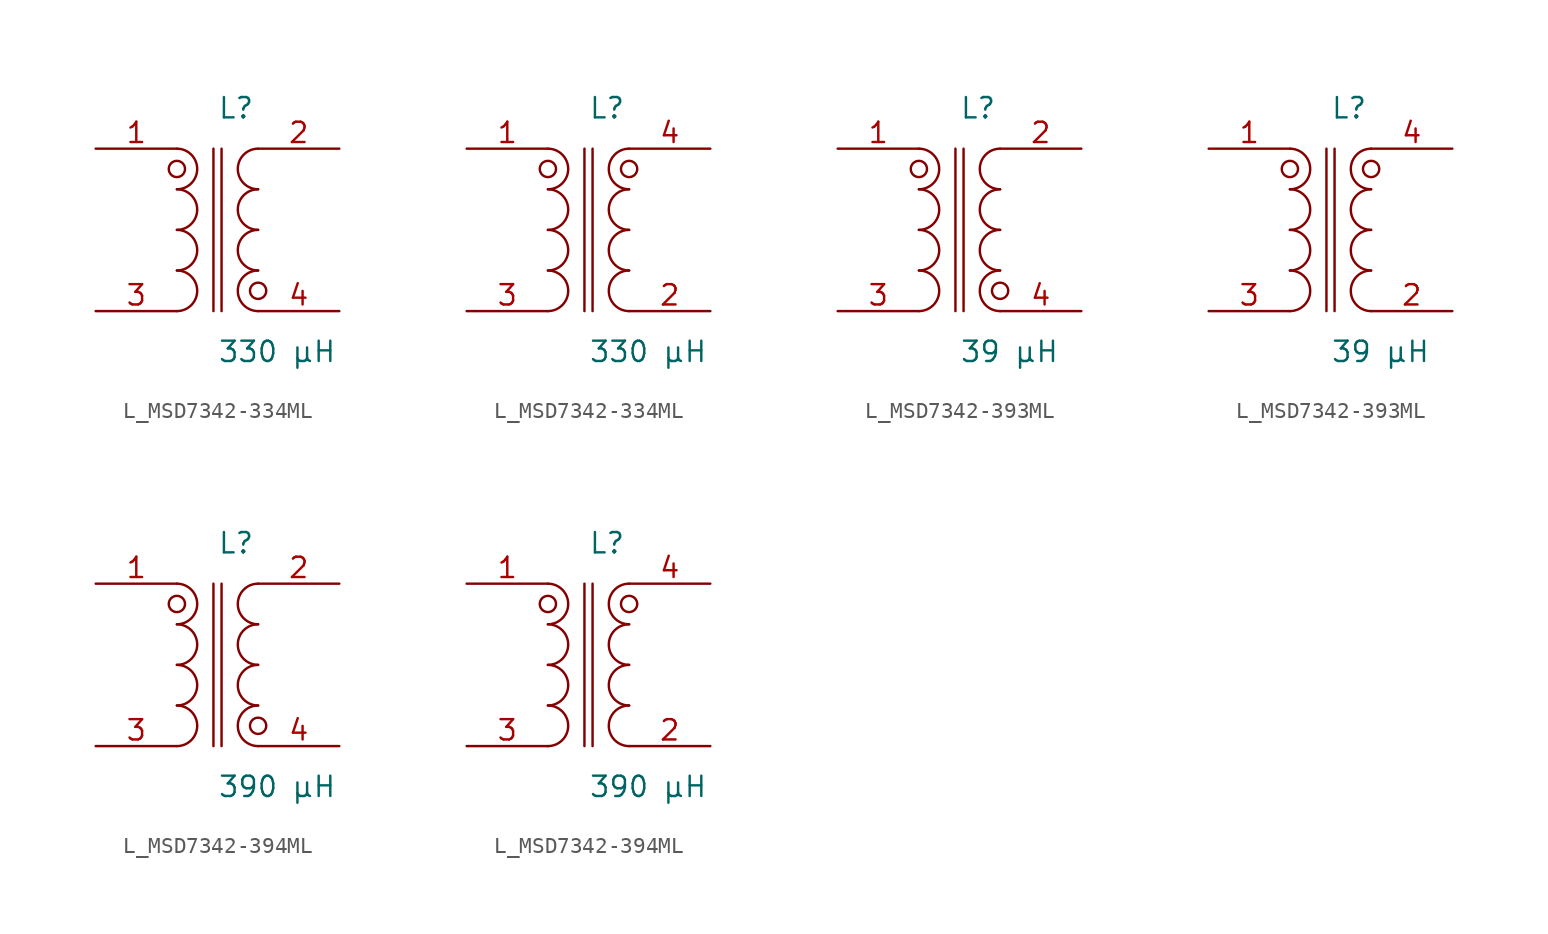
<source format=kicad_sym>
(kicad_symbol_lib
  (version 20231120)
  (generator kicad_symbol_editor)
  (generator_version 8.0)
  (symbol "L_MSD7342-334ML"
    (pin_names
      (offset 0.254))
    (property "Reference" "L"
      (at 0.0 7.62 0)
      (effects (font (size 1.27 1.27)) (justify left)))
    (property "Value" "330 µH"
      (at 0.0 -7.62 0)
      (effects (font (size 1.27 1.27)) (justify left)))
    (symbol "L_MSD7342-334ML_1_1"
      (arc (start -2.54 -5.08) (mid -1.27 -3.81) (end -2.54 -2.54) (stroke (width 0) (type default)) (fill (type none)))
      (arc (start -2.54 -2.54) (mid -1.27 -1.27) (end -2.54 0.0) (stroke (width 0) (type default)) (fill (type none)))
      (arc (start -2.54 0.0) (mid -1.27 1.27) (end -2.54 2.54) (stroke (width 0) (type default)) (fill (type none)))
      (arc (start -2.54 2.54) (mid -1.27 3.81) (end -2.54 5.08) (stroke (width 0) (type default)) (fill (type none)))
      (arc (start 2.54 -5.08) (mid 1.27 -3.81) (end 2.54 -2.54) (stroke (width 0) (type default)) (fill (type none)))
      (arc (start 2.54 -2.54) (mid 1.27 -1.27) (end 2.54 0.0) (stroke (width 0) (type default)) (fill (type none)))
      (arc (start 2.54 0.0) (mid 1.27 1.27) (end 2.54 2.54) (stroke (width 0) (type default)) (fill (type none)))
      (arc (start 2.54 2.54) (mid 1.27 3.81) (end 2.54 5.08) (stroke (width 0) (type default)) (fill (type none)))
      (circle (center -2.54 3.81) (radius 0.508) (stroke (width 0) (type default)) (fill (type none)))
      (circle (center 2.54 -3.81) (radius 0.508) (stroke (width 0) (type default)) (fill (type none)))
      (polyline (pts (xy -0.254 5.08) (xy -0.254 -5.08)) (stroke (width 0) (type default)) (fill (type none)))
      (polyline (pts (xy 0.254 5.08) (xy 0.254 -5.08)) (stroke (width 0) (type default)) (fill (type none)))
      (pin unspecified line (at -7.62 5.08 0) (length 5.08) (name "" (effects (font (size 1.27 1.27)))) (number "1" (effects (font (size 1.27 1.27)))))
      (pin unspecified line (at -7.62 -5.08 0) (length 5.08) (name "" (effects (font (size 1.27 1.27)))) (number "3" (effects (font (size 1.27 1.27)))))
      (pin unspecified line (at 7.62 5.08 180) (length 5.08) (name "" (effects (font (size 1.27 1.27)))) (number "2" (effects (font (size 1.27 1.27)))))
      (pin unspecified line (at 7.62 -5.08 180) (length 5.08) (name "" (effects (font (size 1.27 1.27)))) (number "4" (effects (font (size 1.27 1.27))))))
    (symbol "L_MSD7342-334ML_1_2"
      (arc (start -2.54 -5.08) (mid -1.27 -3.81) (end -2.54 -2.54) (stroke (width 0) (type default)) (fill (type none)))
      (arc (start -2.54 -2.54) (mid -1.27 -1.27) (end -2.54 0.0) (stroke (width 0) (type default)) (fill (type none)))
      (arc (start -2.54 0.0) (mid -1.27 1.27) (end -2.54 2.54) (stroke (width 0) (type default)) (fill (type none)))
      (arc (start -2.54 2.54) (mid -1.27 3.81) (end -2.54 5.08) (stroke (width 0) (type default)) (fill (type none)))
      (arc (start 2.54 -5.08) (mid 1.27 -3.81) (end 2.54 -2.54) (stroke (width 0) (type default)) (fill (type none)))
      (arc (start 2.54 -2.54) (mid 1.27 -1.27) (end 2.54 0.0) (stroke (width 0) (type default)) (fill (type none)))
      (arc (start 2.54 0.0) (mid 1.27 1.27) (end 2.54 2.54) (stroke (width 0) (type default)) (fill (type none)))
      (arc (start 2.54 2.54) (mid 1.27 3.81) (end 2.54 5.08) (stroke (width 0) (type default)) (fill (type none)))
      (circle (center -2.54 3.81) (radius 0.508) (stroke (width 0) (type default)) (fill (type none)))
      (circle (center 2.54 3.81) (radius 0.508) (stroke (width 0) (type default)) (fill (type none)))
      (polyline (pts (xy -0.254 5.08) (xy -0.254 -5.08)) (stroke (width 0) (type default)) (fill (type none)))
      (polyline (pts (xy 0.254 5.08) (xy 0.254 -5.08)) (stroke (width 0) (type default)) (fill (type none)))
      (pin unspecified line (at -7.62 5.08 0) (length 5.08) (name "" (effects (font (size 1.27 1.27)))) (number "1" (effects (font (size 1.27 1.27)))))
      (pin unspecified line (at -7.62 -5.08 0) (length 5.08) (name "" (effects (font (size 1.27 1.27)))) (number "3" (effects (font (size 1.27 1.27)))))
      (pin unspecified line (at 7.62 -5.08 180) (length 5.08) (name "" (effects (font (size 1.27 1.27)))) (number "2" (effects (font (size 1.27 1.27)))))
      (pin unspecified line (at 7.62 5.08 180) (length 5.08) (name "" (effects (font (size 1.27 1.27)))) (number "4" (effects (font (size 1.27 1.27)))))))
  (symbol "L_MSD7342-393ML"
    (pin_names
      (offset 0.254))
    (property "Reference" "L"
      (at 0.0 7.62 0)
      (effects (font (size 1.27 1.27)) (justify left)))
    (property "Value" "39 µH"
      (at 0.0 -7.62 0)
      (effects (font (size 1.27 1.27)) (justify left)))
    (symbol "L_MSD7342-393ML_1_1"
      (arc (start -2.54 -5.08) (mid -1.27 -3.81) (end -2.54 -2.54) (stroke (width 0) (type default)) (fill (type none)))
      (arc (start -2.54 -2.54) (mid -1.27 -1.27) (end -2.54 0.0) (stroke (width 0) (type default)) (fill (type none)))
      (arc (start -2.54 0.0) (mid -1.27 1.27) (end -2.54 2.54) (stroke (width 0) (type default)) (fill (type none)))
      (arc (start -2.54 2.54) (mid -1.27 3.81) (end -2.54 5.08) (stroke (width 0) (type default)) (fill (type none)))
      (arc (start 2.54 -5.08) (mid 1.27 -3.81) (end 2.54 -2.54) (stroke (width 0) (type default)) (fill (type none)))
      (arc (start 2.54 -2.54) (mid 1.27 -1.27) (end 2.54 0.0) (stroke (width 0) (type default)) (fill (type none)))
      (arc (start 2.54 0.0) (mid 1.27 1.27) (end 2.54 2.54) (stroke (width 0) (type default)) (fill (type none)))
      (arc (start 2.54 2.54) (mid 1.27 3.81) (end 2.54 5.08) (stroke (width 0) (type default)) (fill (type none)))
      (circle (center -2.54 3.81) (radius 0.508) (stroke (width 0) (type default)) (fill (type none)))
      (circle (center 2.54 -3.81) (radius 0.508) (stroke (width 0) (type default)) (fill (type none)))
      (polyline (pts (xy -0.254 5.08) (xy -0.254 -5.08)) (stroke (width 0) (type default)) (fill (type none)))
      (polyline (pts (xy 0.254 5.08) (xy 0.254 -5.08)) (stroke (width 0) (type default)) (fill (type none)))
      (pin unspecified line (at -7.62 5.08 0) (length 5.08) (name "" (effects (font (size 1.27 1.27)))) (number "1" (effects (font (size 1.27 1.27)))))
      (pin unspecified line (at -7.62 -5.08 0) (length 5.08) (name "" (effects (font (size 1.27 1.27)))) (number "3" (effects (font (size 1.27 1.27)))))
      (pin unspecified line (at 7.62 5.08 180) (length 5.08) (name "" (effects (font (size 1.27 1.27)))) (number "2" (effects (font (size 1.27 1.27)))))
      (pin unspecified line (at 7.62 -5.08 180) (length 5.08) (name "" (effects (font (size 1.27 1.27)))) (number "4" (effects (font (size 1.27 1.27))))))
    (symbol "L_MSD7342-393ML_1_2"
      (arc (start -2.54 -5.08) (mid -1.27 -3.81) (end -2.54 -2.54) (stroke (width 0) (type default)) (fill (type none)))
      (arc (start -2.54 -2.54) (mid -1.27 -1.27) (end -2.54 0.0) (stroke (width 0) (type default)) (fill (type none)))
      (arc (start -2.54 0.0) (mid -1.27 1.27) (end -2.54 2.54) (stroke (width 0) (type default)) (fill (type none)))
      (arc (start -2.54 2.54) (mid -1.27 3.81) (end -2.54 5.08) (stroke (width 0) (type default)) (fill (type none)))
      (arc (start 2.54 -5.08) (mid 1.27 -3.81) (end 2.54 -2.54) (stroke (width 0) (type default)) (fill (type none)))
      (arc (start 2.54 -2.54) (mid 1.27 -1.27) (end 2.54 0.0) (stroke (width 0) (type default)) (fill (type none)))
      (arc (start 2.54 0.0) (mid 1.27 1.27) (end 2.54 2.54) (stroke (width 0) (type default)) (fill (type none)))
      (arc (start 2.54 2.54) (mid 1.27 3.81) (end 2.54 5.08) (stroke (width 0) (type default)) (fill (type none)))
      (circle (center -2.54 3.81) (radius 0.508) (stroke (width 0) (type default)) (fill (type none)))
      (circle (center 2.54 3.81) (radius 0.508) (stroke (width 0) (type default)) (fill (type none)))
      (polyline (pts (xy -0.254 5.08) (xy -0.254 -5.08)) (stroke (width 0) (type default)) (fill (type none)))
      (polyline (pts (xy 0.254 5.08) (xy 0.254 -5.08)) (stroke (width 0) (type default)) (fill (type none)))
      (pin unspecified line (at -7.62 5.08 0) (length 5.08) (name "" (effects (font (size 1.27 1.27)))) (number "1" (effects (font (size 1.27 1.27)))))
      (pin unspecified line (at -7.62 -5.08 0) (length 5.08) (name "" (effects (font (size 1.27 1.27)))) (number "3" (effects (font (size 1.27 1.27)))))
      (pin unspecified line (at 7.62 -5.08 180) (length 5.08) (name "" (effects (font (size 1.27 1.27)))) (number "2" (effects (font (size 1.27 1.27)))))
      (pin unspecified line (at 7.62 5.08 180) (length 5.08) (name "" (effects (font (size 1.27 1.27)))) (number "4" (effects (font (size 1.27 1.27)))))))
  (symbol "L_MSD7342-394ML"
    (pin_names
      (offset 0.254))
    (property "Reference" "L"
      (at 0.0 7.62 0)
      (effects (font (size 1.27 1.27)) (justify left)))
    (property "Value" "390 µH"
      (at 0.0 -7.62 0)
      (effects (font (size 1.27 1.27)) (justify left)))
    (symbol "L_MSD7342-394ML_1_1"
      (arc (start -2.54 -5.08) (mid -1.27 -3.81) (end -2.54 -2.54) (stroke (width 0) (type default)) (fill (type none)))
      (arc (start -2.54 -2.54) (mid -1.27 -1.27) (end -2.54 0.0) (stroke (width 0) (type default)) (fill (type none)))
      (arc (start -2.54 0.0) (mid -1.27 1.27) (end -2.54 2.54) (stroke (width 0) (type default)) (fill (type none)))
      (arc (start -2.54 2.54) (mid -1.27 3.81) (end -2.54 5.08) (stroke (width 0) (type default)) (fill (type none)))
      (arc (start 2.54 -5.08) (mid 1.27 -3.81) (end 2.54 -2.54) (stroke (width 0) (type default)) (fill (type none)))
      (arc (start 2.54 -2.54) (mid 1.27 -1.27) (end 2.54 0.0) (stroke (width 0) (type default)) (fill (type none)))
      (arc (start 2.54 0.0) (mid 1.27 1.27) (end 2.54 2.54) (stroke (width 0) (type default)) (fill (type none)))
      (arc (start 2.54 2.54) (mid 1.27 3.81) (end 2.54 5.08) (stroke (width 0) (type default)) (fill (type none)))
      (circle (center -2.54 3.81) (radius 0.508) (stroke (width 0) (type default)) (fill (type none)))
      (circle (center 2.54 -3.81) (radius 0.508) (stroke (width 0) (type default)) (fill (type none)))
      (polyline (pts (xy -0.254 5.08) (xy -0.254 -5.08)) (stroke (width 0) (type default)) (fill (type none)))
      (polyline (pts (xy 0.254 5.08) (xy 0.254 -5.08)) (stroke (width 0) (type default)) (fill (type none)))
      (pin unspecified line (at -7.62 5.08 0) (length 5.08) (name "" (effects (font (size 1.27 1.27)))) (number "1" (effects (font (size 1.27 1.27)))))
      (pin unspecified line (at -7.62 -5.08 0) (length 5.08) (name "" (effects (font (size 1.27 1.27)))) (number "3" (effects (font (size 1.27 1.27)))))
      (pin unspecified line (at 7.62 5.08 180) (length 5.08) (name "" (effects (font (size 1.27 1.27)))) (number "2" (effects (font (size 1.27 1.27)))))
      (pin unspecified line (at 7.62 -5.08 180) (length 5.08) (name "" (effects (font (size 1.27 1.27)))) (number "4" (effects (font (size 1.27 1.27))))))
    (symbol "L_MSD7342-394ML_1_2"
      (arc (start -2.54 -5.08) (mid -1.27 -3.81) (end -2.54 -2.54) (stroke (width 0) (type default)) (fill (type none)))
      (arc (start -2.54 -2.54) (mid -1.27 -1.27) (end -2.54 0.0) (stroke (width 0) (type default)) (fill (type none)))
      (arc (start -2.54 0.0) (mid -1.27 1.27) (end -2.54 2.54) (stroke (width 0) (type default)) (fill (type none)))
      (arc (start -2.54 2.54) (mid -1.27 3.81) (end -2.54 5.08) (stroke (width 0) (type default)) (fill (type none)))
      (arc (start 2.54 -5.08) (mid 1.27 -3.81) (end 2.54 -2.54) (stroke (width 0) (type default)) (fill (type none)))
      (arc (start 2.54 -2.54) (mid 1.27 -1.27) (end 2.54 0.0) (stroke (width 0) (type default)) (fill (type none)))
      (arc (start 2.54 0.0) (mid 1.27 1.27) (end 2.54 2.54) (stroke (width 0) (type default)) (fill (type none)))
      (arc (start 2.54 2.54) (mid 1.27 3.81) (end 2.54 5.08) (stroke (width 0) (type default)) (fill (type none)))
      (circle (center -2.54 3.81) (radius 0.508) (stroke (width 0) (type default)) (fill (type none)))
      (circle (center 2.54 3.81) (radius 0.508) (stroke (width 0) (type default)) (fill (type none)))
      (polyline (pts (xy -0.254 5.08) (xy -0.254 -5.08)) (stroke (width 0) (type default)) (fill (type none)))
      (polyline (pts (xy 0.254 5.08) (xy 0.254 -5.08)) (stroke (width 0) (type default)) (fill (type none)))
      (pin unspecified line (at -7.62 5.08 0) (length 5.08) (name "" (effects (font (size 1.27 1.27)))) (number "1" (effects (font (size 1.27 1.27)))))
      (pin unspecified line (at -7.62 -5.08 0) (length 5.08) (name "" (effects (font (size 1.27 1.27)))) (number "3" (effects (font (size 1.27 1.27)))))
      (pin unspecified line (at 7.62 -5.08 180) (length 5.08) (name "" (effects (font (size 1.27 1.27)))) (number "2" (effects (font (size 1.27 1.27)))))
      (pin unspecified line (at 7.62 5.08 180) (length 5.08) (name "" (effects (font (size 1.27 1.27)))) (number "4" (effects (font (size 1.27 1.27))))))))
</source>
